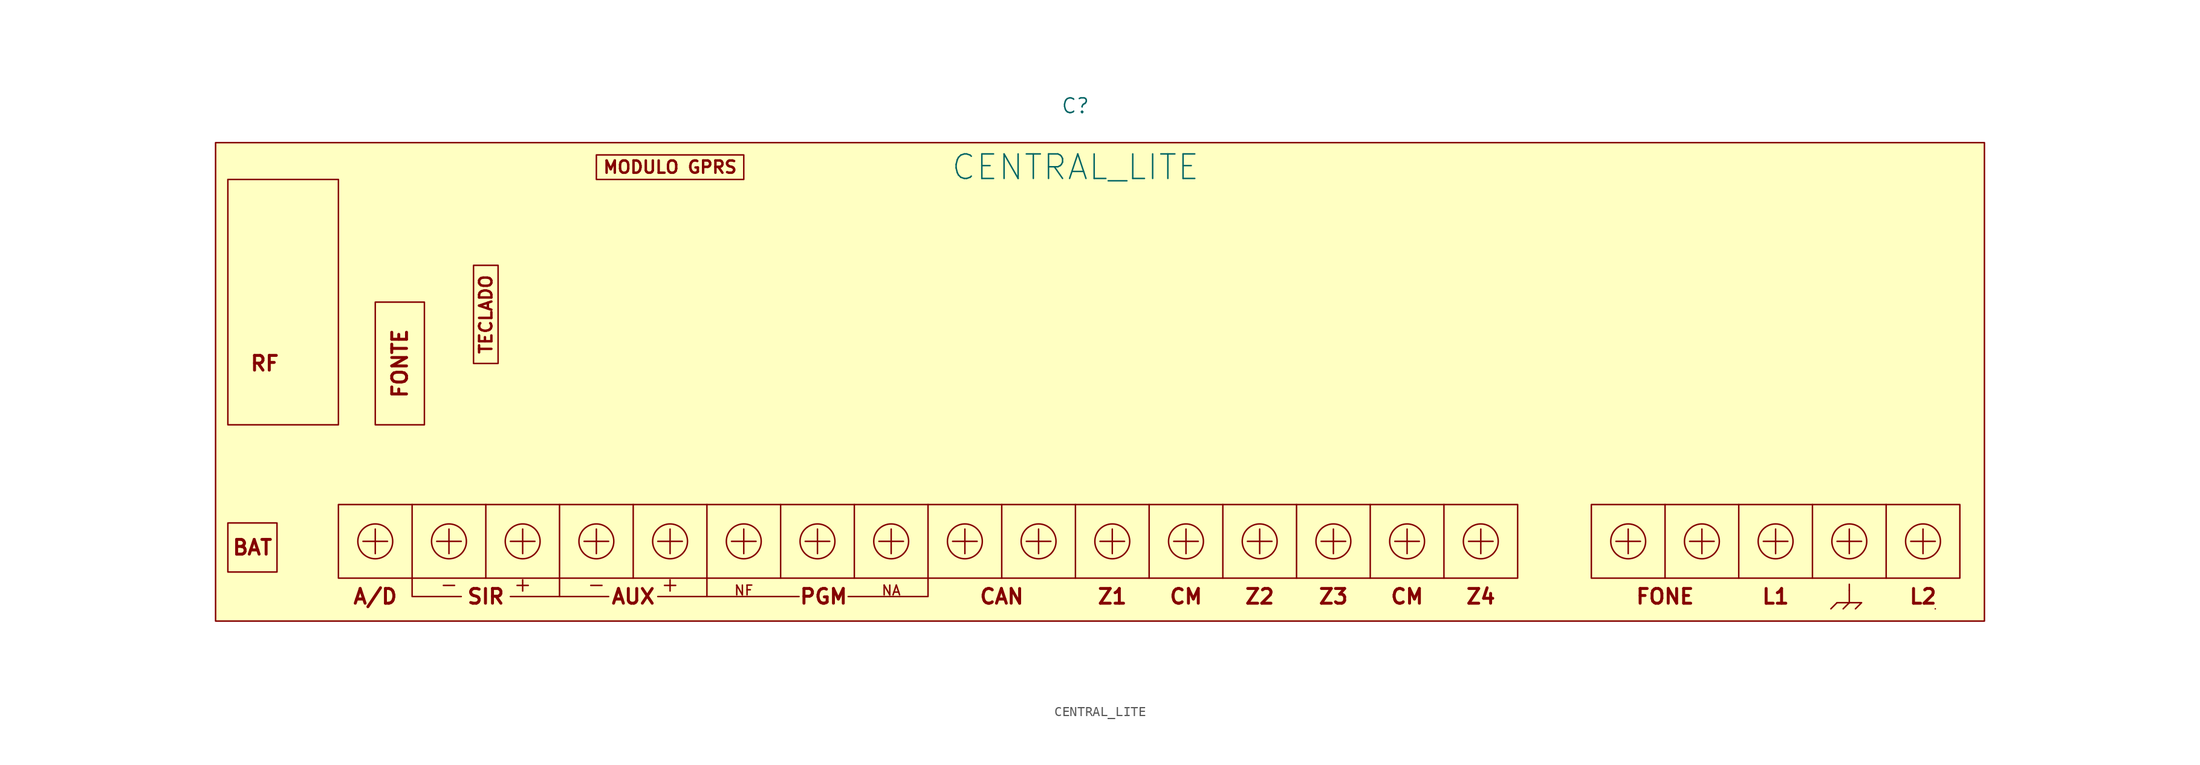
<source format=kicad_sym>
(kicad_symbol_lib
  (version 20220914)
  (generator kicad_symbol_editor)
  (symbol "CENTRAL_LITE"
    (pin_names
      (offset 0.254))
    (property "Reference" "C"
      (at 0 26.67 0)
      (effects (font (size 1.524 1.524))))
    (property "Value" "CENTRAL_LITE"
      (at 0 20.32 0)
      (effects (font (size 2.54 2.54))))
    (property "Footprint" ""
      (at -1.27 -29.21 0)
      (effects (font (size 0.762 0.762))))
    (property "Datasheet" ""
      (at -13.97 0 0)
      (effects (font (size 1.524 1.524))))
    (symbol "CENTRAL_LITE_0_0"
      (rectangle (start -88.9 22.86) (end 93.98 -26.67) (stroke (width 0) (type default)) (fill (type background)))
      (rectangle (start -87.63 -16.51) (end -82.55 -21.59) (stroke (width 0) (type default)) (fill (type none)))
      (circle (center -72.39 -18.415) (radius 1.803) (stroke (width 0) (type default)) (fill (type none)))
      (circle (center -64.77 -18.415) (radius 1.803) (stroke (width 0) (type default)) (fill (type none)))
      (rectangle (start -62.23 10.16) (end -59.69 0) (stroke (width 0) (type default)) (fill (type none)))
      (circle (center -57.15 -18.415) (radius 1.803) (stroke (width 0) (type default)) (fill (type none)))
      (circle (center -49.53 -18.415) (radius 1.803) (stroke (width 0) (type default)) (fill (type none)))
      (rectangle (start -49.53 21.59) (end -34.29 19.05) (stroke (width 0) (type default)) (fill (type none)))
      (circle (center -41.91 -18.415) (radius 1.803) (stroke (width 0) (type default)) (fill (type none)))
      (circle (center -34.29 -18.415) (radius 1.803) (stroke (width 0) (type default)) (fill (type none)))
      (circle (center -26.67 -18.415) (radius 1.803) (stroke (width 0) (type default)) (fill (type none)))
      (circle (center -19.05 -18.415) (radius 1.803) (stroke (width 0) (type default)) (fill (type none)))
      (circle (center -11.43 -18.415) (radius 1.803) (stroke (width 0) (type default)) (fill (type none)))
      (circle (center -3.81 -18.415) (radius 1.803) (stroke (width 0) (type default)) (fill (type none)))
      (polyline (pts (xy -73.66 -18.415) (xy -71.12 -18.415)) (stroke (width 0) (type default)) (fill (type none)))
      (polyline (pts (xy -72.39 -17.145) (xy -72.39 -19.685)) (stroke (width 0) (type default)) (fill (type none)))
      (polyline (pts (xy -68.58 -14.605) (xy -68.58 -22.225)) (stroke (width 0) (type default)) (fill (type none)))
      (polyline (pts (xy -66.04 -18.415) (xy -63.5 -18.415)) (stroke (width 0) (type default)) (fill (type none)))
      (polyline (pts (xy -64.77 -17.145) (xy -64.77 -19.685)) (stroke (width 0) (type default)) (fill (type none)))
      (polyline (pts (xy -60.96 -14.605) (xy -60.96 -22.225)) (stroke (width 0) (type default)) (fill (type none)))
      (polyline (pts (xy -58.42 -18.415) (xy -55.88 -18.415)) (stroke (width 0) (type default)) (fill (type none)))
      (polyline (pts (xy -57.15 -17.145) (xy -57.15 -19.685)) (stroke (width 0) (type default)) (fill (type none)))
      (polyline (pts (xy -53.34 -24.13) (xy -48.26 -24.13)) (stroke (width 0) (type default)) (fill (type none)))
      (polyline (pts (xy -53.34 -14.605) (xy -53.34 -22.225)) (stroke (width 0) (type default)) (fill (type none)))
      (polyline (pts (xy -50.8 -18.415) (xy -48.26 -18.415)) (stroke (width 0) (type default)) (fill (type none)))
      (polyline (pts (xy -49.53 -17.145) (xy -49.53 -19.685)) (stroke (width 0) (type default)) (fill (type none)))
      (polyline (pts (xy -45.72 -14.605) (xy -45.72 -22.225)) (stroke (width 0) (type default)) (fill (type none)))
      (polyline (pts (xy -43.18 -18.415) (xy -40.64 -18.415)) (stroke (width 0) (type default)) (fill (type none)))
      (polyline (pts (xy -41.91 -17.145) (xy -41.91 -19.685)) (stroke (width 0) (type default)) (fill (type none)))
      (polyline (pts (xy -38.1 -24.13) (xy -28.575 -24.13)) (stroke (width 0) (type default)) (fill (type none)))
      (polyline (pts (xy -38.1 -14.605) (xy -38.1 -22.225)) (stroke (width 0) (type default)) (fill (type none)))
      (polyline (pts (xy -35.56 -18.415) (xy -33.02 -18.415)) (stroke (width 0) (type default)) (fill (type none)))
      (polyline (pts (xy -34.29 -17.145) (xy -34.29 -19.685)) (stroke (width 0) (type default)) (fill (type none)))
      (polyline (pts (xy -30.48 -14.605) (xy -30.48 -22.225)) (stroke (width 0) (type default)) (fill (type none)))
      (polyline (pts (xy -27.94 -18.415) (xy -25.4 -18.415)) (stroke (width 0) (type default)) (fill (type none)))
      (polyline (pts (xy -26.67 -17.145) (xy -26.67 -19.685)) (stroke (width 0) (type default)) (fill (type none)))
      (polyline (pts (xy -22.86 -14.605) (xy -22.86 -22.225)) (stroke (width 0) (type default)) (fill (type none)))
      (polyline (pts (xy -20.32 -18.415) (xy -17.78 -18.415)) (stroke (width 0) (type default)) (fill (type none)))
      (polyline (pts (xy -19.05 -17.145) (xy -19.05 -19.685)) (stroke (width 0) (type default)) (fill (type none)))
      (polyline (pts (xy -15.24 -14.605) (xy -15.24 -22.225)) (stroke (width 0) (type default)) (fill (type none)))
      (polyline (pts (xy -12.7 -18.415) (xy -10.16 -18.415)) (stroke (width 0) (type default)) (fill (type none)))
      (polyline (pts (xy -11.43 -17.145) (xy -11.43 -19.685)) (stroke (width 0) (type default)) (fill (type none)))
      (polyline (pts (xy -7.62 -14.605) (xy -7.62 -22.225)) (stroke (width 0) (type default)) (fill (type none)))
      (polyline (pts (xy -5.08 -18.415) (xy -2.54 -18.415)) (stroke (width 0) (type default)) (fill (type none)))
      (polyline (pts (xy -3.81 -17.145) (xy -3.81 -19.685)) (stroke (width 0) (type default)) (fill (type none)))
      (polyline (pts (xy 0 -14.605) (xy 0 -22.225)) (stroke (width 0) (type default)) (fill (type none)))
      (polyline (pts (xy 2.54 -18.415) (xy 5.08 -18.415)) (stroke (width 0) (type default)) (fill (type none)))
      (polyline (pts (xy 3.81 -17.145) (xy 3.81 -19.685)) (stroke (width 0) (type default)) (fill (type none)))
      (polyline (pts (xy 7.62 -14.605) (xy 7.62 -22.225)) (stroke (width 0) (type default)) (fill (type none)))
      (polyline (pts (xy 10.16 -18.415) (xy 12.7 -18.415)) (stroke (width 0) (type default)) (fill (type none)))
      (polyline (pts (xy 11.43 -17.145) (xy 11.43 -19.685)) (stroke (width 0) (type default)) (fill (type none)))
      (polyline (pts (xy 15.24 -14.605) (xy 15.24 -22.225)) (stroke (width 0) (type default)) (fill (type none)))
      (polyline (pts (xy 17.78 -18.415) (xy 20.32 -18.415)) (stroke (width 0) (type default)) (fill (type none)))
      (polyline (pts (xy 19.05 -17.145) (xy 19.05 -19.685)) (stroke (width 0) (type default)) (fill (type none)))
      (polyline (pts (xy 22.86 -14.605) (xy 22.86 -22.225)) (stroke (width 0) (type default)) (fill (type none)))
      (polyline (pts (xy 25.4 -18.415) (xy 27.94 -18.415)) (stroke (width 0) (type default)) (fill (type none)))
      (polyline (pts (xy 26.67 -17.145) (xy 26.67 -19.685)) (stroke (width 0) (type default)) (fill (type none)))
      (polyline (pts (xy 30.48 -14.605) (xy 30.48 -22.225)) (stroke (width 0) (type default)) (fill (type none)))
      (polyline (pts (xy 33.02 -18.415) (xy 35.56 -18.415)) (stroke (width 0) (type default)) (fill (type none)))
      (polyline (pts (xy 34.29 -17.145) (xy 34.29 -19.685)) (stroke (width 0) (type default)) (fill (type none)))
      (polyline (pts (xy 38.1 -14.605) (xy 38.1 -22.225)) (stroke (width 0) (type default)) (fill (type none)))
      (polyline (pts (xy 40.64 -18.415) (xy 43.18 -18.415)) (stroke (width 0) (type default)) (fill (type none)))
      (polyline (pts (xy 41.91 -17.145) (xy 41.91 -19.685)) (stroke (width 0) (type default)) (fill (type none)))
      (polyline (pts (xy 55.88 -18.415) (xy 58.42 -18.415)) (stroke (width 0) (type default)) (fill (type none)))
      (polyline (pts (xy 57.15 -17.145) (xy 57.15 -19.685)) (stroke (width 0) (type default)) (fill (type none)))
      (polyline (pts (xy 60.96 -14.605) (xy 60.96 -22.225)) (stroke (width 0) (type default)) (fill (type none)))
      (polyline (pts (xy 63.5 -18.415) (xy 66.04 -18.415)) (stroke (width 0) (type default)) (fill (type none)))
      (polyline (pts (xy 64.77 -17.145) (xy 64.77 -19.685)) (stroke (width 0) (type default)) (fill (type none)))
      (polyline (pts (xy 68.58 -14.605) (xy 68.58 -22.225)) (stroke (width 0) (type default)) (fill (type none)))
      (polyline (pts (xy 71.12 -18.415) (xy 73.66 -18.415)) (stroke (width 0) (type default)) (fill (type none)))
      (polyline (pts (xy 72.39 -17.145) (xy 72.39 -19.685)) (stroke (width 0) (type default)) (fill (type none)))
      (polyline (pts (xy 76.2 -14.605) (xy 76.2 -22.225)) (stroke (width 0) (type default)) (fill (type none)))
      (polyline (pts (xy 78.74 -24.765) (xy 78.105 -25.4)) (stroke (width 0) (type default)) (fill (type none)))
      (polyline (pts (xy 78.74 -18.415) (xy 81.28 -18.415)) (stroke (width 0) (type default)) (fill (type none)))
      (polyline (pts (xy 80.01 -24.765) (xy 79.375 -25.4)) (stroke (width 0) (type default)) (fill (type none)))
      (polyline (pts (xy 80.01 -23.495) (xy 80.01 -22.86)) (stroke (width 0) (type default)) (fill (type none)))
      (polyline (pts (xy 80.01 -17.145) (xy 80.01 -19.685)) (stroke (width 0) (type default)) (fill (type none)))
      (polyline (pts (xy 83.82 -14.605) (xy 83.82 -22.225)) (stroke (width 0) (type default)) (fill (type none)))
      (polyline (pts (xy 86.36 -18.415) (xy 88.9 -18.415)) (stroke (width 0) (type default)) (fill (type none)))
      (polyline (pts (xy 87.63 -17.145) (xy 87.63 -19.685)) (stroke (width 0) (type default)) (fill (type none)))
      (polyline (pts (xy -63.5 -24.13) (xy -68.58 -24.13) (xy -68.58 -22.225)) (stroke (width 0) (type default)) (fill (type none)))
      (polyline (pts (xy -53.34 -22.225) (xy -53.34 -24.13) (xy -58.42 -24.13)) (stroke (width 0) (type default)) (fill (type none)))
      (polyline (pts (xy -38.1 -22.225) (xy -38.1 -24.13) (xy -43.18 -24.13)) (stroke (width 0) (type default)) (fill (type none)))
      (polyline (pts (xy -23.495 -24.13) (xy -15.24 -24.13) (xy -15.24 -22.225)) (stroke (width 0) (type default)) (fill (type none)))
      (polyline (pts (xy 80.01 -24.765) (xy 81.28 -24.765) (xy 80.645 -25.4)) (stroke (width 0) (type default)) (fill (type none)))
      (polyline (pts (xy 80.01 -23.495) (xy 80.01 -24.765) (xy 78.74 -24.765)) (stroke (width 0) (type default)) (fill (type none)))
      (circle (center 3.81 -18.415) (radius 1.803) (stroke (width 0) (type default)) (fill (type none)))
      (circle (center 11.43 -18.415) (radius 1.803) (stroke (width 0) (type default)) (fill (type none)))
      (circle (center 19.05 -18.415) (radius 1.803) (stroke (width 0) (type default)) (fill (type none)))
      (circle (center 26.67 -18.415) (radius 1.803) (stroke (width 0) (type default)) (fill (type none)))
      (circle (center 34.29 -18.415) (radius 1.803) (stroke (width 0) (type default)) (fill (type none)))
      (circle (center 41.91 -18.415) (radius 1.803) (stroke (width 0) (type default)) (fill (type none)))
      (rectangle (start 45.72 -14.605) (end -76.2 -22.225) (stroke (width 0) (type default)) (fill (type none)))
      (circle (center 57.15 -18.415) (radius 1.803) (stroke (width 0) (type default)) (fill (type none)))
      (circle (center 64.77 -18.415) (radius 1.803) (stroke (width 0) (type default)) (fill (type none)))
      (circle (center 72.39 -18.415) (radius 1.803) (stroke (width 0) (type default)) (fill (type none)))
      (circle (center 80.01 -18.415) (radius 1.803) (stroke (width 0) (type default)) (fill (type none)))
      (circle (center 87.63 -18.415) (radius 1.803) (stroke (width 0) (type default)) (fill (type none)))
      (rectangle (start 91.44 -14.605) (end 53.34 -22.225) (stroke (width 0) (type default)) (fill (type none)))
      (text "+" (at -57.15 -22.86 0) (effects (font (size 1.524 1.524))))
      (text "+" (at -41.91 -22.86 0) (effects (font (size 1.524 1.524))))
      (text "-" (at -64.77 -22.86 0) (effects (font (size 1.524 1.524))))
      (text "-" (at -49.53 -22.86 0) (effects (font (size 1.524 1.524))))
      (text "A/D" (at -72.39 -24.13 0) (effects (font (size 1.524 1.524) bold)))
      (text "AUX" (at -45.72 -24.13 0) (effects (font (size 1.524 1.524) bold)))
      (text "BAT" (at -85.09 -19.05 0) (effects (font (size 1.524 1.524) bold)))
      (text "CAN" (at -7.62 -24.13 0) (effects (font (size 1.524 1.524) bold)))
      (text "CM" (at 11.43 -24.13 0) (effects (font (size 1.524 1.524) bold)))
      (text "CM" (at 34.29 -24.13 0) (effects (font (size 1.524 1.524) bold)))
      (text "FONE" (at 60.96 -24.13 0) (effects (font (size 1.524 1.524) bold)))
      (text "FONTE" (at -69.85 0 900) (effects (font (size 1.524 1.524) bold)))
      (text "L1" (at 72.39 -24.13 0) (effects (font (size 1.524 1.524) bold)))
      (text "L2" (at 87.63 -24.13 0) (effects (font (size 1.524 1.524) bold)))
      (text "MODULO GPRS" (at -41.91 20.32 0) (effects (font (size 1.27 1.27) bold)))
      (text "NA" (at -19.05 -23.495 0) (effects (font (size 1.016 1.016))))
      (text "NF" (at -34.29 -23.495 0) (effects (font (size 1.016 1.016))))
      (text "PGM" (at -26.035 -24.13 0) (effects (font (size 1.524 1.524) bold)))
      (text "SIR" (at -60.96 -24.13 0) (effects (font (size 1.524 1.524) bold)))
      (text "TECLADO" (at -60.96 5.08 900) (effects (font (size 1.27 1.27) bold)))
      (text "Z1" (at 3.81 -24.13 0) (effects (font (size 1.524 1.524) bold)))
      (text "Z2" (at 19.05 -24.13 0) (effects (font (size 1.524 1.524) bold)))
      (text "Z3" (at 26.67 -24.13 0) (effects (font (size 1.524 1.524) bold)))
      (text "Z4" (at 41.91 -24.13 0) (effects (font (size 1.524 1.524) bold))))
    (symbol "CENTRAL_LITE_0_1"
      (rectangle (start -72.39 6.35) (end -67.31 -6.35) (stroke (width 0) (type default)) (fill (type none)))
      (rectangle (start 88.9 -25.4) (end 88.9 -25.4) (stroke (width 0) (type default)) (fill (type none))))
    (symbol "CENTRAL_LITE_1_0"
      (rectangle (start -87.63 19.05) (end -76.2 -6.35) (stroke (width 0) (type default)) (fill (type none)))
      (text "RF" (at -83.82 0 0) (effects (font (size 1.524 1.524) bold))))))
</source>
